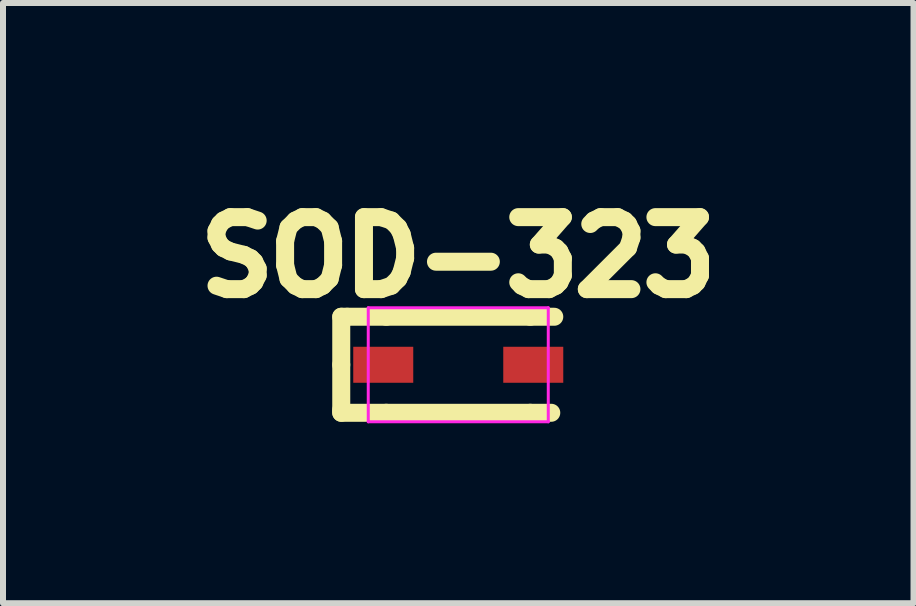
<source format=kicad_pcb>
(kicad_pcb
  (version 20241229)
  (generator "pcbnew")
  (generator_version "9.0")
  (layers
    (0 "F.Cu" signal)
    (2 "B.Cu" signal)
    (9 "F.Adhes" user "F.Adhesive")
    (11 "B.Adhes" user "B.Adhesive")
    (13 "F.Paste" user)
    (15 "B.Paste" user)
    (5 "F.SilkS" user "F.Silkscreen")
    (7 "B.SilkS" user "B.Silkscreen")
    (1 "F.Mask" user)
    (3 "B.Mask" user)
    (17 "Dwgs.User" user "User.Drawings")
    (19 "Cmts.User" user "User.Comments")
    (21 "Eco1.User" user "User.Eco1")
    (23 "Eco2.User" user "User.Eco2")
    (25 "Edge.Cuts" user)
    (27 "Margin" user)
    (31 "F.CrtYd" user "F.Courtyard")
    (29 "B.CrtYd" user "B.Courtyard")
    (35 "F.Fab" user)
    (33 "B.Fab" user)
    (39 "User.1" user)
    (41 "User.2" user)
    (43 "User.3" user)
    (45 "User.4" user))
  (footprint "SOD-323"
    (layer "F.Cu")
    (at 4.587 3.029)
    (property "Reference" "SOD-323" (at 0 -1.8 0) (layer "F.SilkS") (effects (font (size 1.2 1.2) (thickness 0.3))))
    (attr smd)
    (fp_line (start -1.95 -0.8) (end -1.85 -0.8) (stroke (width 0.3) (type solid)) (layer "F.SilkS"))
    (fp_line (start -1.95 0) (end -1.95 -0.8) (stroke (width 0.3) (type solid)) (layer "F.SilkS"))
    (fp_line (start -1.95 0) (end -1.95 0.75) (stroke (width 0.3) (type solid)) (layer "F.SilkS"))
    (fp_line (start -1.95 0.75) (end -1.95 0.8) (stroke (width 0.3) (type solid)) (layer "F.SilkS"))
    (fp_line (start -1.95 0.8) (end -1.2 0.8) (stroke (width 0.3) (type solid)) (layer "F.SilkS"))
    (fp_line (start -1.2 -0.8) (end -1.85 -0.8) (stroke (width 0.3) (type solid)) (layer "F.SilkS"))
    (fp_line (start -1.2 -0.8) (end 1.2 -0.8) (stroke (width 0.3) (type solid)) (layer "F.SilkS"))
    (fp_line (start -1.2 0.8) (end 1.2 0.8) (stroke (width 0.3) (type solid)) (layer "F.SilkS"))
    (fp_line (start 1.2 -0.8) (end 1.6 -0.8) (stroke (width 0.3) (type solid)) (layer "F.SilkS"))
    (fp_line (start 1.2 0.8) (end 1.55 0.8) (stroke (width 0.3) (type solid)) (layer "F.SilkS"))
    (fp_line (start -1.5 -0.95) (end -1.5 0.95) (stroke (width 0.05) (type solid)) (layer "F.CrtYd"))
    (fp_line (start -1.5 -0.95) (end 1.5 -0.95) (stroke (width 0.05) (type solid)) (layer "F.CrtYd"))
    (fp_line (start -1.5 0.95) (end 1.5 0.95) (stroke (width 0.05) (type solid)) (layer "F.CrtYd"))
    (fp_line (start 1.5 -0.95) (end 1.5 0.95) (stroke (width 0.05) (type solid)) (layer "F.CrtYd"))
    (pad "1" smd rect (at -1.25 0) (size 1 0.6) (layers "F.Cu" "F.Mask" "F.Paste"))
    (pad "2" smd rect (at 1.25 0) (size 1 0.6) (layers "F.Cu" "F.Mask" "F.Paste")))
  (gr_rect
    (start -3 -3)
    (end 12.174 7.003)
    (stroke (width 0.1) (type default))
    (fill no)
    (layer "Edge.Cuts")))
</source>
